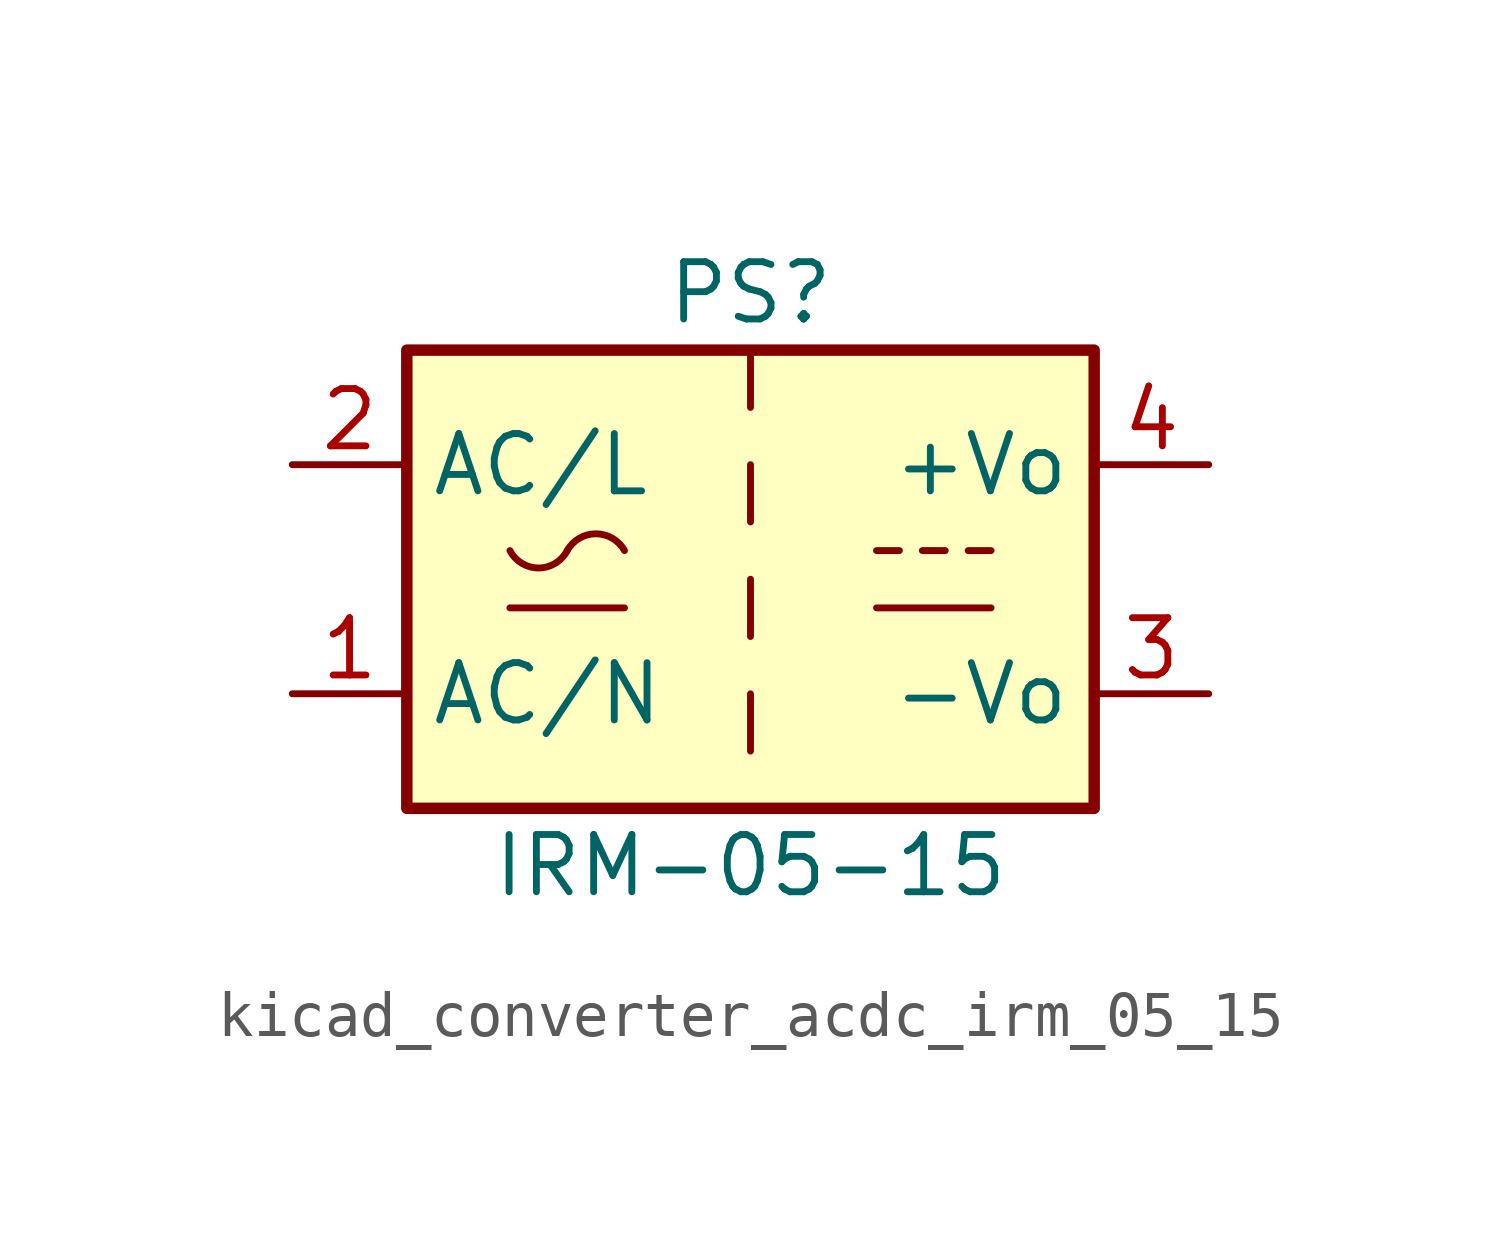
<source format=kicad_sym>
(kicad_symbol_lib
  (version 20220914)
  (generator kicad_symbol_editor)
  (symbol "kicad_converter_acdc_irm_05_15"
    (property "Reference" "PS"
      (at 0 6.35 0)
      (effects (font (size 1.27 1.27))))
    (property "Value" "IRM-05-15"
      (at 0 -6.35 0)
      (effects (font (size 1.27 1.27))))
    (symbol "kicad_converter_acdc_irm_05_15_0_1"
      (rectangle (start -7.62 5.08) (end 7.62 -5.08) (stroke (width 0.254) (type default)) (fill (type background)))
      (arc (start -5.334 0.635) (mid -4.699 0.2495) (end -4.064 0.635) (stroke (width 0) (type default)) (fill (type none)))
      (arc (start -2.794 0.635) (mid -3.429 1.0072) (end -4.064 0.635) (stroke (width 0) (type default)) (fill (type none)))
      (polyline (pts (xy -5.334 -0.635) (xy -2.794 -0.635)) (stroke (width 0) (type default)) (fill (type none)))
      (polyline (pts (xy 0 -2.54) (xy 0 -3.81)) (stroke (width 0) (type default)) (fill (type none)))
      (polyline (pts (xy 0 0) (xy 0 -1.27)) (stroke (width 0) (type default)) (fill (type none)))
      (polyline (pts (xy 0 2.54) (xy 0 1.27)) (stroke (width 0) (type default)) (fill (type none)))
      (polyline (pts (xy 0 5.08) (xy 0 3.81)) (stroke (width 0) (type default)) (fill (type none)))
      (polyline (pts (xy 2.794 -0.635) (xy 5.334 -0.635)) (stroke (width 0) (type default)) (fill (type none)))
      (polyline (pts (xy 2.794 0.635) (xy 3.302 0.635)) (stroke (width 0) (type default)) (fill (type none)))
      (polyline (pts (xy 3.81 0.635) (xy 4.318 0.635)) (stroke (width 0) (type default)) (fill (type none)))
      (polyline (pts (xy 4.826 0.635) (xy 5.334 0.635)) (stroke (width 0) (type default)) (fill (type none))))
    (symbol "kicad_converter_acdc_irm_05_15_1_1"
      (pin power_in line (at -10.16 -2.54 0) (length 2.54) (name "AC/N" (effects (font (size 1.27 1.27)))) (number "1" (effects (font (size 1.27 1.27)))))
      (pin power_in line (at -10.16 2.54 0) (length 2.54) (name "AC/L" (effects (font (size 1.27 1.27)))) (number "2" (effects (font (size 1.27 1.27)))))
      (pin power_out line (at 10.16 -2.54 180) (length 2.54) (name "-Vo" (effects (font (size 1.27 1.27)))) (number "3" (effects (font (size 1.27 1.27)))))
      (pin power_out line (at 10.16 2.54 180) (length 2.54) (name "+Vo" (effects (font (size 1.27 1.27)))) (number "4" (effects (font (size 1.27 1.27))))))))
</source>
